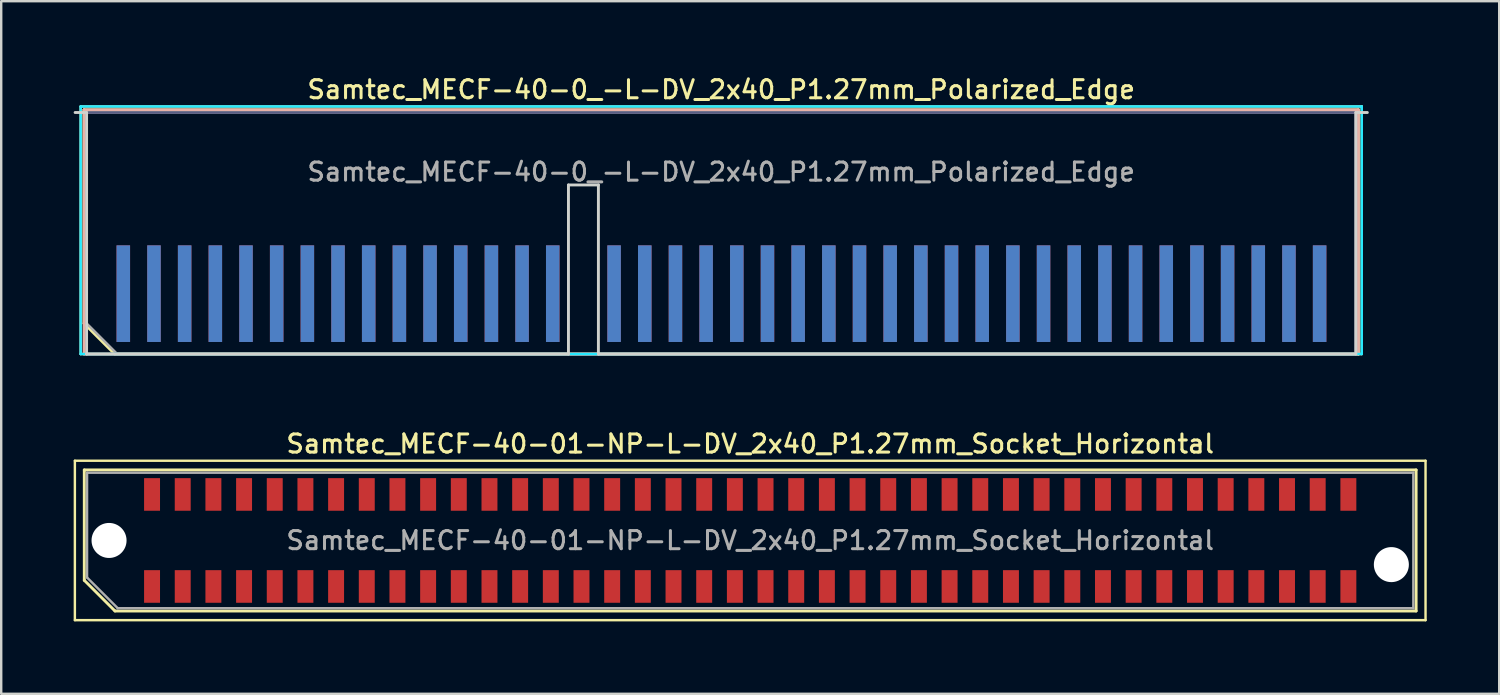
<source format=kicad_pcb>
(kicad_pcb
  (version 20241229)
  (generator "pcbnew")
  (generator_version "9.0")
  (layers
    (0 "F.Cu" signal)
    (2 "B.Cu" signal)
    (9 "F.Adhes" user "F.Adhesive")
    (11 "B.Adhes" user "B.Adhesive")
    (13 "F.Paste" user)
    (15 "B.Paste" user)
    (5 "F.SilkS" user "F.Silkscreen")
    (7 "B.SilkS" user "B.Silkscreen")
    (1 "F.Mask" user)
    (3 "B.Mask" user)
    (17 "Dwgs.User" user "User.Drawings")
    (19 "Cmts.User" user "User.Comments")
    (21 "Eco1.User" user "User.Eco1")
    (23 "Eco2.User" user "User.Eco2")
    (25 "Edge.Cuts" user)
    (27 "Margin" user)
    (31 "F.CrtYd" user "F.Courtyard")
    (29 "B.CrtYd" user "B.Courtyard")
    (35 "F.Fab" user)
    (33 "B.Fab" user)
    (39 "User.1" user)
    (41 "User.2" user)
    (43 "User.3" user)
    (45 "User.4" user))
  (footprint "Samtec_MECF-40-0_-L-DV_2x40_P1.27mm_Polarized_Edge"
    (layer "F.Cu")
    (at 26.81 6.608)
    (property "Reference" "Samtec_MECF-40-0_-L-DV_2x40_P1.27mm_Polarized_Edge" (at 0 -5.95 0) (layer "F.SilkS") (effects (font (size 0.75 0.75) (thickness 0.125))))
    (attr exclude_from_pos_files exclude_from_bom)
    (fp_line (start -26.52 -5.25) (end -26.52 5) (stroke (width 0.1) (type solid)) (layer "F.SilkS"))
    (fp_line (start -26.52 5) (end 26.52 5) (stroke (width 0.1) (type solid)) (layer "F.SilkS"))
    (fp_line (start -26.38 -5.11) (end 26.38 -5.11) (stroke (width 0.12) (type solid)) (layer "F.SilkS"))
    (fp_line (start -26.38 3.73) (end -26.38 -5.11) (stroke (width 0.12) (type solid)) (layer "F.SilkS"))
    (fp_line (start -25.11 5) (end -26.38 3.73) (stroke (width 0.12) (type solid)) (layer "F.SilkS"))
    (fp_line (start -25.11 5) (end 26.38 5) (stroke (width 0.12) (type solid)) (layer "F.SilkS"))
    (fp_line (start 26.38 5) (end 26.38 -5.11) (stroke (width 0.12) (type solid)) (layer "F.SilkS"))
    (fp_line (start 26.52 -5.25) (end -26.52 -5.25) (stroke (width 0.1) (type solid)) (layer "F.SilkS"))
    (fp_line (start 26.52 5) (end 26.52 -5.25) (stroke (width 0.1) (type solid)) (layer "F.SilkS"))
    (fp_line (start -26.38 -5.11) (end 26.38 -5.11) (stroke (width 0.12) (type solid)) (layer "B.SilkS"))
    (fp_line (start -26.38 5) (end -26.38 -5.11) (stroke (width 0.12) (type solid)) (layer "B.SilkS"))
    (fp_line (start -26.38 5) (end 26.38 5) (stroke (width 0.12) (type solid)) (layer "B.SilkS"))
    (fp_line (start 26.38 5) (end 26.38 -5.11) (stroke (width 0.12) (type solid)) (layer "B.SilkS"))
    (fp_line (start -26.75 -5) (end -26.275 -5) (stroke (width 0.12) (type solid)) (layer "Edge.Cuts"))
    (fp_line (start -26.275 5) (end -26.275 -5) (stroke (width 0.12) (type solid)) (layer "Edge.Cuts"))
    (fp_line (start -26.275 5) (end -6.325 5) (stroke (width 0.12) (type solid)) (layer "Edge.Cuts"))
    (fp_line (start -6.325 -2) (end -5.085 -2) (stroke (width 0.12) (type solid)) (layer "Edge.Cuts"))
    (fp_line (start -6.325 5) (end -6.325 -2) (stroke (width 0.12) (type solid)) (layer "Edge.Cuts"))
    (fp_line (start -5.085 5) (end -5.085 -2) (stroke (width 0.12) (type solid)) (layer "Edge.Cuts"))
    (fp_line (start -5.085 5) (end 26.275 5) (stroke (width 0.12) (type solid)) (layer "Edge.Cuts"))
    (fp_line (start 26.275 5) (end 26.275 -5) (stroke (width 0.12) (type solid)) (layer "Edge.Cuts"))
    (fp_line (start 26.75 -5) (end 26.275 -5) (stroke (width 0.12) (type solid)) (layer "Edge.Cuts"))
    (fp_line (start -26.52 -5.25) (end -26.52 5) (stroke (width 0.1) (type solid)) (layer "B.CrtYd"))
    (fp_line (start -26.52 5) (end 26.52 5) (stroke (width 0.1) (type solid)) (layer "B.CrtYd"))
    (fp_line (start 26.52 -5.25) (end -26.52 -5.25) (stroke (width 0.1) (type solid)) (layer "B.CrtYd"))
    (fp_line (start 26.52 5) (end 26.52 -5.25) (stroke (width 0.1) (type solid)) (layer "B.CrtYd"))
    (fp_line (start -26.275 -5) (end 26.275 -5) (stroke (width 0.1) (type solid)) (layer "B.Fab"))
    (fp_line (start -26.275 5) (end -26.275 -5) (stroke (width 0.1) (type solid)) (layer "B.Fab"))
    (fp_line (start -26.275 5) (end 26.275 5) (stroke (width 0.1) (type solid)) (layer "B.Fab"))
    (fp_line (start 26.275 5) (end 26.275 -5) (stroke (width 0.1) (type solid)) (layer "B.Fab"))
    (fp_line (start -26.275 -5) (end 26.275 -5) (stroke (width 0.1) (type solid)) (layer "F.Fab"))
    (fp_line (start -26.275 3.73) (end -26.275 -5) (stroke (width 0.1) (type solid)) (layer "F.Fab"))
    (fp_line (start -26.275 3.73) (end -25.005 5) (stroke (width 0.1) (type solid)) (layer "F.Fab"))
    (fp_line (start -25.005 5) (end 26.275 5) (stroke (width 0.1) (type solid)) (layer "F.Fab"))
    (fp_line (start 26.275 5) (end 26.275 -5) (stroke (width 0.1) (type solid)) (layer "F.Fab"))
    (fp_text user "${REFERENCE}" (at 0 -2.54 0) (layer "F.Fab") (effects (font (size 0.75 0.75) (thickness 0.125))))
    (pad "1" connect rect (at -24.755 2.5) (size 0.56 4) (layers "F.Cu" "F.Mask"))
    (pad "2" connect rect (at -24.755 2.5) (size 0.56 4) (layers "B.Cu" "B.Mask"))
    (pad "3" connect rect (at -23.485 2.5) (size 0.56 4) (layers "F.Cu" "F.Mask"))
    (pad "4" connect rect (at -23.485 2.5) (size 0.56 4) (layers "B.Cu" "B.Mask"))
    (pad "5" connect rect (at -22.215 2.5) (size 0.56 4) (layers "F.Cu" "F.Mask"))
    (pad "6" connect rect (at -22.215 2.5) (size 0.56 4) (layers "B.Cu" "B.Mask"))
    (pad "7" connect rect (at -20.945 2.5) (size 0.56 4) (layers "F.Cu" "F.Mask"))
    (pad "8" connect rect (at -20.945 2.5) (size 0.56 4) (layers "B.Cu" "B.Mask"))
    (pad "9" connect rect (at -19.675 2.5) (size 0.56 4) (layers "F.Cu" "F.Mask"))
    (pad "10" connect rect (at -19.675 2.5) (size 0.56 4) (layers "B.Cu" "B.Mask"))
    (pad "11" connect rect (at -18.405 2.5) (size 0.56 4) (layers "F.Cu" "F.Mask"))
    (pad "12" connect rect (at -18.405 2.5) (size 0.56 4) (layers "B.Cu" "B.Mask"))
    (pad "13" connect rect (at -17.135 2.5) (size 0.56 4) (layers "F.Cu" "F.Mask"))
    (pad "14" connect rect (at -17.135 2.5) (size 0.56 4) (layers "B.Cu" "B.Mask"))
    (pad "15" connect rect (at -15.865 2.5) (size 0.56 4) (layers "F.Cu" "F.Mask"))
    (pad "16" connect rect (at -15.865 2.5) (size 0.56 4) (layers "B.Cu" "B.Mask"))
    (pad "17" connect rect (at -14.595 2.5) (size 0.56 4) (layers "F.Cu" "F.Mask"))
    (pad "18" connect rect (at -14.595 2.5) (size 0.56 4) (layers "B.Cu" "B.Mask"))
    (pad "19" connect rect (at -13.325 2.5) (size 0.56 4) (layers "F.Cu" "F.Mask"))
    (pad "20" connect rect (at -13.325 2.5) (size 0.56 4) (layers "B.Cu" "B.Mask"))
    (pad "21" connect rect (at -12.055 2.5) (size 0.56 4) (layers "F.Cu" "F.Mask"))
    (pad "22" connect rect (at -12.055 2.5) (size 0.56 4) (layers "B.Cu" "B.Mask"))
    (pad "23" connect rect (at -10.785 2.5) (size 0.56 4) (layers "F.Cu" "F.Mask"))
    (pad "24" connect rect (at -10.785 2.5) (size 0.56 4) (layers "B.Cu" "B.Mask"))
    (pad "25" connect rect (at -9.515 2.5) (size 0.56 4) (layers "F.Cu" "F.Mask"))
    (pad "26" connect rect (at -9.515 2.5) (size 0.56 4) (layers "B.Cu" "B.Mask"))
    (pad "27" connect rect (at -8.245 2.5) (size 0.56 4) (layers "F.Cu" "F.Mask"))
    (pad "28" connect rect (at -8.245 2.5) (size 0.56 4) (layers "B.Cu" "B.Mask"))
    (pad "29" connect rect (at -6.975 2.5) (size 0.56 4) (layers "F.Cu" "F.Mask"))
    (pad "30" connect rect (at -6.975 2.5) (size 0.56 4) (layers "B.Cu" "B.Mask"))
    (pad "33" connect rect (at -4.435 2.5) (size 0.56 4) (layers "F.Cu" "F.Mask"))
    (pad "34" connect rect (at -4.435 2.5) (size 0.56 4) (layers "B.Cu" "B.Mask"))
    (pad "35" connect rect (at -3.165 2.5) (size 0.56 4) (layers "F.Cu" "F.Mask"))
    (pad "36" connect rect (at -3.165 2.5) (size 0.56 4) (layers "B.Cu" "B.Mask"))
    (pad "37" connect rect (at -1.895 2.5) (size 0.56 4) (layers "F.Cu" "F.Mask"))
    (pad "38" connect rect (at -1.895 2.5) (size 0.56 4) (layers "B.Cu" "B.Mask"))
    (pad "39" connect rect (at -0.625 2.5) (size 0.56 4) (layers "F.Cu" "F.Mask"))
    (pad "40" connect rect (at -0.625 2.5) (size 0.56 4) (layers "B.Cu" "B.Mask"))
    (pad "41" connect rect (at 0.645 2.5) (size 0.56 4) (layers "F.Cu" "F.Mask"))
    (pad "42" connect rect (at 0.645 2.5) (size 0.56 4) (layers "B.Cu" "B.Mask"))
    (pad "43" connect rect (at 1.915 2.5) (size 0.56 4) (layers "F.Cu" "F.Mask"))
    (pad "44" connect rect (at 1.915 2.5) (size 0.56 4) (layers "B.Cu" "B.Mask"))
    (pad "45" connect rect (at 3.185 2.5) (size 0.56 4) (layers "F.Cu" "F.Mask"))
    (pad "46" connect rect (at 3.185 2.5) (size 0.56 4) (layers "B.Cu" "B.Mask"))
    (pad "47" connect rect (at 4.455 2.5) (size 0.56 4) (layers "F.Cu" "F.Mask"))
    (pad "48" connect rect (at 4.455 2.5) (size 0.56 4) (layers "B.Cu" "B.Mask"))
    (pad "49" connect rect (at 5.725 2.5) (size 0.56 4) (layers "F.Cu" "F.Mask"))
    (pad "50" connect rect (at 5.725 2.5) (size 0.56 4) (layers "B.Cu" "B.Mask"))
    (pad "51" connect rect (at 6.995 2.5) (size 0.56 4) (layers "F.Cu" "F.Mask"))
    (pad "52" connect rect (at 6.995 2.5) (size 0.56 4) (layers "B.Cu" "B.Mask"))
    (pad "53" connect rect (at 8.265 2.5) (size 0.56 4) (layers "F.Cu" "F.Mask"))
    (pad "54" connect rect (at 8.265 2.5) (size 0.56 4) (layers "B.Cu" "B.Mask"))
    (pad "55" connect rect (at 9.535 2.5) (size 0.56 4) (layers "F.Cu" "F.Mask"))
    (pad "56" connect rect (at 9.535 2.5) (size 0.56 4) (layers "B.Cu" "B.Mask"))
    (pad "57" connect rect (at 10.805 2.5) (size 0.56 4) (layers "F.Cu" "F.Mask"))
    (pad "58" connect rect (at 10.805 2.5) (size 0.56 4) (layers "B.Cu" "B.Mask"))
    (pad "59" connect rect (at 12.075 2.5) (size 0.56 4) (layers "F.Cu" "F.Mask"))
    (pad "60" connect rect (at 12.075 2.5) (size 0.56 4) (layers "B.Cu" "B.Mask"))
    (pad "61" connect rect (at 13.345 2.5) (size 0.56 4) (layers "F.Cu" "F.Mask"))
    (pad "62" connect rect (at 13.345 2.5) (size 0.56 4) (layers "B.Cu" "B.Mask"))
    (pad "63" connect rect (at 14.615 2.5) (size 0.56 4) (layers "F.Cu" "F.Mask"))
    (pad "64" connect rect (at 14.615 2.5) (size 0.56 4) (layers "B.Cu" "B.Mask"))
    (pad "65" connect rect (at 15.885 2.5) (size 0.56 4) (layers "F.Cu" "F.Mask"))
    (pad "66" connect rect (at 15.885 2.5) (size 0.56 4) (layers "B.Cu" "B.Mask"))
    (pad "67" connect rect (at 17.155 2.5) (size 0.56 4) (layers "F.Cu" "F.Mask"))
    (pad "68" connect rect (at 17.155 2.5) (size 0.56 4) (layers "B.Cu" "B.Mask"))
    (pad "69" connect rect (at 18.425 2.5) (size 0.56 4) (layers "F.Cu" "F.Mask"))
    (pad "70" connect rect (at 18.425 2.5) (size 0.56 4) (layers "B.Cu" "B.Mask"))
    (pad "71" connect rect (at 19.695 2.5) (size 0.56 4) (layers "F.Cu" "F.Mask"))
    (pad "72" connect rect (at 19.695 2.5) (size 0.56 4) (layers "B.Cu" "B.Mask"))
    (pad "73" connect rect (at 20.965 2.5) (size 0.56 4) (layers "F.Cu" "F.Mask"))
    (pad "74" connect rect (at 20.965 2.5) (size 0.56 4) (layers "B.Cu" "B.Mask"))
    (pad "75" connect rect (at 22.235 2.5) (size 0.56 4) (layers "F.Cu" "F.Mask"))
    (pad "76" connect rect (at 22.235 2.5) (size 0.56 4) (layers "B.Cu" "B.Mask"))
    (pad "77" connect rect (at 23.505 2.5) (size 0.56 4) (layers "F.Cu" "F.Mask"))
    (pad "78" connect rect (at 23.505 2.5) (size 0.56 4) (layers "B.Cu" "B.Mask"))
    (pad "79" connect rect (at 24.775 2.5) (size 0.56 4) (layers "F.Cu" "F.Mask"))
    (pad "80" connect rect (at 24.775 2.5) (size 0.56 4) (layers "B.Cu" "B.Mask")))
  (footprint "Samtec_MECF-40-01-NP-L-DV_2x40_P1.27mm_Socket_Horizontal"
    (layer "F.Cu")
    (at 28.01 19.326)
    (property "Reference" "Samtec_MECF-40-01-NP-L-DV_2x40_P1.27mm_Socket_Horizontal" (at 0 -4 0) (layer "F.SilkS") (effects (font (size 0.75 0.75) (thickness 0.125))))
    (attr smd)
    (fp_line (start -27.96 -3.3) (end -27.96 3.3) (stroke (width 0.1) (type solid)) (layer "F.SilkS"))
    (fp_line (start -27.96 3.3) (end 27.96 3.3) (stroke (width 0.1) (type solid)) (layer "F.SilkS"))
    (fp_line (start -27.57 -2.92) (end 27.57 -2.92) (stroke (width 0.12) (type solid)) (layer "F.SilkS"))
    (fp_line (start -27.57 1.65) (end -27.57 -2.92) (stroke (width 0.12) (type solid)) (layer "F.SilkS"))
    (fp_line (start -26.3 2.92) (end -27.57 1.65) (stroke (width 0.12) (type solid)) (layer "F.SilkS"))
    (fp_line (start -26.3 2.92) (end 27.57 2.92) (stroke (width 0.12) (type solid)) (layer "F.SilkS"))
    (fp_line (start 27.57 2.92) (end 27.57 -2.92) (stroke (width 0.12) (type solid)) (layer "F.SilkS"))
    (fp_line (start 27.96 -3.3) (end -27.96 -3.3) (stroke (width 0.1) (type solid)) (layer "F.SilkS"))
    (fp_line (start 27.96 3.3) (end 27.96 -3.3) (stroke (width 0.1) (type solid)) (layer "F.SilkS"))
    (fp_line (start -27.455 -2.805) (end 27.455 -2.805) (stroke (width 0.1) (type solid)) (layer "F.Fab"))
    (fp_line (start -27.455 1.535) (end -27.455 -2.805) (stroke (width 0.1) (type solid)) (layer "F.Fab"))
    (fp_line (start -27.455 1.535) (end -26.185 2.805) (stroke (width 0.1) (type solid)) (layer "F.Fab"))
    (fp_line (start -26.185 2.805) (end 27.455 2.805) (stroke (width 0.1) (type solid)) (layer "F.Fab"))
    (fp_line (start 27.455 2.805) (end 27.455 -2.805) (stroke (width 0.1) (type solid)) (layer "F.Fab"))
    (fp_text user "${REFERENCE}" (at 0 0 0) (layer "F.Fab") (effects (font (size 0.75 0.75) (thickness 0.125))))
    (pad "" np_thru_hole circle (at -26.545 0) (size 1.45 1.45) (drill 1.45) (layers "*.Cu" "*.Mask"))
    (pad "" np_thru_hole circle (at 26.545 1) (size 1.45 1.45) (drill 1.45) (layers "*.Cu" "*.Mask"))
    (pad "1" smd rect (at -24.765 1.905) (size 0.66 1.35) (layers "F.Cu" "F.Mask" "F.Paste"))
    (pad "2" smd rect (at -24.765 -1.905) (size 0.66 1.35) (layers "F.Cu" "F.Mask" "F.Paste"))
    (pad "3" smd rect (at -23.495 1.905) (size 0.66 1.35) (layers "F.Cu" "F.Mask" "F.Paste"))
    (pad "4" smd rect (at -23.495 -1.905) (size 0.66 1.35) (layers "F.Cu" "F.Mask" "F.Paste"))
    (pad "5" smd rect (at -22.225 1.905) (size 0.66 1.35) (layers "F.Cu" "F.Mask" "F.Paste"))
    (pad "6" smd rect (at -22.225 -1.905) (size 0.66 1.35) (layers "F.Cu" "F.Mask" "F.Paste"))
    (pad "7" smd rect (at -20.955 1.905) (size 0.66 1.35) (layers "F.Cu" "F.Mask" "F.Paste"))
    (pad "8" smd rect (at -20.955 -1.905) (size 0.66 1.35) (layers "F.Cu" "F.Mask" "F.Paste"))
    (pad "9" smd rect (at -19.685 1.905) (size 0.66 1.35) (layers "F.Cu" "F.Mask" "F.Paste"))
    (pad "10" smd rect (at -19.685 -1.905) (size 0.66 1.35) (layers "F.Cu" "F.Mask" "F.Paste"))
    (pad "11" smd rect (at -18.415 1.905) (size 0.66 1.35) (layers "F.Cu" "F.Mask" "F.Paste"))
    (pad "12" smd rect (at -18.415 -1.905) (size 0.66 1.35) (layers "F.Cu" "F.Mask" "F.Paste"))
    (pad "13" smd rect (at -17.145 1.905) (size 0.66 1.35) (layers "F.Cu" "F.Mask" "F.Paste"))
    (pad "14" smd rect (at -17.145 -1.905) (size 0.66 1.35) (layers "F.Cu" "F.Mask" "F.Paste"))
    (pad "15" smd rect (at -15.875 1.905) (size 0.66 1.35) (layers "F.Cu" "F.Mask" "F.Paste"))
    (pad "16" smd rect (at -15.875 -1.905) (size 0.66 1.35) (layers "F.Cu" "F.Mask" "F.Paste"))
    (pad "17" smd rect (at -14.605 1.905) (size 0.66 1.35) (layers "F.Cu" "F.Mask" "F.Paste"))
    (pad "18" smd rect (at -14.605 -1.905) (size 0.66 1.35) (layers "F.Cu" "F.Mask" "F.Paste"))
    (pad "19" smd rect (at -13.335 1.905) (size 0.66 1.35) (layers "F.Cu" "F.Mask" "F.Paste"))
    (pad "20" smd rect (at -13.335 -1.905) (size 0.66 1.35) (layers "F.Cu" "F.Mask" "F.Paste"))
    (pad "21" smd rect (at -12.065 1.905) (size 0.66 1.35) (layers "F.Cu" "F.Mask" "F.Paste"))
    (pad "22" smd rect (at -12.065 -1.905) (size 0.66 1.35) (layers "F.Cu" "F.Mask" "F.Paste"))
    (pad "23" smd rect (at -10.795 1.905) (size 0.66 1.35) (layers "F.Cu" "F.Mask" "F.Paste"))
    (pad "24" smd rect (at -10.795 -1.905) (size 0.66 1.35) (layers "F.Cu" "F.Mask" "F.Paste"))
    (pad "25" smd rect (at -9.525 1.905) (size 0.66 1.35) (layers "F.Cu" "F.Mask" "F.Paste"))
    (pad "26" smd rect (at -9.525 -1.905) (size 0.66 1.35) (layers "F.Cu" "F.Mask" "F.Paste"))
    (pad "27" smd rect (at -8.255 1.905) (size 0.66 1.35) (layers "F.Cu" "F.Mask" "F.Paste"))
    (pad "28" smd rect (at -8.255 -1.905) (size 0.66 1.35) (layers "F.Cu" "F.Mask" "F.Paste"))
    (pad "29" smd rect (at -6.985 1.905) (size 0.66 1.35) (layers "F.Cu" "F.Mask" "F.Paste"))
    (pad "30" smd rect (at -6.985 -1.905) (size 0.66 1.35) (layers "F.Cu" "F.Mask" "F.Paste"))
    (pad "31" smd rect (at -5.715 1.905) (size 0.66 1.35) (layers "F.Cu" "F.Mask" "F.Paste"))
    (pad "32" smd rect (at -5.715 -1.905) (size 0.66 1.35) (layers "F.Cu" "F.Mask" "F.Paste"))
    (pad "33" smd rect (at -4.445 1.905) (size 0.66 1.35) (layers "F.Cu" "F.Mask" "F.Paste"))
    (pad "34" smd rect (at -4.445 -1.905) (size 0.66 1.35) (layers "F.Cu" "F.Mask" "F.Paste"))
    (pad "35" smd rect (at -3.175 1.905) (size 0.66 1.35) (layers "F.Cu" "F.Mask" "F.Paste"))
    (pad "36" smd rect (at -3.175 -1.905) (size 0.66 1.35) (layers "F.Cu" "F.Mask" "F.Paste"))
    (pad "37" smd rect (at -1.905 1.905) (size 0.66 1.35) (layers "F.Cu" "F.Mask" "F.Paste"))
    (pad "38" smd rect (at -1.905 -1.905) (size 0.66 1.35) (layers "F.Cu" "F.Mask" "F.Paste"))
    (pad "39" smd rect (at -0.635 1.905) (size 0.66 1.35) (layers "F.Cu" "F.Mask" "F.Paste"))
    (pad "40" smd rect (at -0.635 -1.905) (size 0.66 1.35) (layers "F.Cu" "F.Mask" "F.Paste"))
    (pad "41" smd rect (at 0.635 1.905) (size 0.66 1.35) (layers "F.Cu" "F.Mask" "F.Paste"))
    (pad "42" smd rect (at 0.635 -1.905) (size 0.66 1.35) (layers "F.Cu" "F.Mask" "F.Paste"))
    (pad "43" smd rect (at 1.905 1.905) (size 0.66 1.35) (layers "F.Cu" "F.Mask" "F.Paste"))
    (pad "44" smd rect (at 1.905 -1.905) (size 0.66 1.35) (layers "F.Cu" "F.Mask" "F.Paste"))
    (pad "45" smd rect (at 3.175 1.905) (size 0.66 1.35) (layers "F.Cu" "F.Mask" "F.Paste"))
    (pad "46" smd rect (at 3.175 -1.905) (size 0.66 1.35) (layers "F.Cu" "F.Mask" "F.Paste"))
    (pad "47" smd rect (at 4.445 1.905) (size 0.66 1.35) (layers "F.Cu" "F.Mask" "F.Paste"))
    (pad "48" smd rect (at 4.445 -1.905) (size 0.66 1.35) (layers "F.Cu" "F.Mask" "F.Paste"))
    (pad "49" smd rect (at 5.715 1.905) (size 0.66 1.35) (layers "F.Cu" "F.Mask" "F.Paste"))
    (pad "50" smd rect (at 5.715 -1.905) (size 0.66 1.35) (layers "F.Cu" "F.Mask" "F.Paste"))
    (pad "51" smd rect (at 6.985 1.905) (size 0.66 1.35) (layers "F.Cu" "F.Mask" "F.Paste"))
    (pad "52" smd rect (at 6.985 -1.905) (size 0.66 1.35) (layers "F.Cu" "F.Mask" "F.Paste"))
    (pad "53" smd rect (at 8.255 1.905) (size 0.66 1.35) (layers "F.Cu" "F.Mask" "F.Paste"))
    (pad "54" smd rect (at 8.255 -1.905) (size 0.66 1.35) (layers "F.Cu" "F.Mask" "F.Paste"))
    (pad "55" smd rect (at 9.525 1.905) (size 0.66 1.35) (layers "F.Cu" "F.Mask" "F.Paste"))
    (pad "56" smd rect (at 9.525 -1.905) (size 0.66 1.35) (layers "F.Cu" "F.Mask" "F.Paste"))
    (pad "57" smd rect (at 10.795 1.905) (size 0.66 1.35) (layers "F.Cu" "F.Mask" "F.Paste"))
    (pad "58" smd rect (at 10.795 -1.905) (size 0.66 1.35) (layers "F.Cu" "F.Mask" "F.Paste"))
    (pad "59" smd rect (at 12.065 1.905) (size 0.66 1.35) (layers "F.Cu" "F.Mask" "F.Paste"))
    (pad "60" smd rect (at 12.065 -1.905) (size 0.66 1.35) (layers "F.Cu" "F.Mask" "F.Paste"))
    (pad "61" smd rect (at 13.335 1.905) (size 0.66 1.35) (layers "F.Cu" "F.Mask" "F.Paste"))
    (pad "62" smd rect (at 13.335 -1.905) (size 0.66 1.35) (layers "F.Cu" "F.Mask" "F.Paste"))
    (pad "63" smd rect (at 14.605 1.905) (size 0.66 1.35) (layers "F.Cu" "F.Mask" "F.Paste"))
    (pad "64" smd rect (at 14.605 -1.905) (size 0.66 1.35) (layers "F.Cu" "F.Mask" "F.Paste"))
    (pad "65" smd rect (at 15.875 1.905) (size 0.66 1.35) (layers "F.Cu" "F.Mask" "F.Paste"))
    (pad "66" smd rect (at 15.875 -1.905) (size 0.66 1.35) (layers "F.Cu" "F.Mask" "F.Paste"))
    (pad "67" smd rect (at 17.145 1.905) (size 0.66 1.35) (layers "F.Cu" "F.Mask" "F.Paste"))
    (pad "68" smd rect (at 17.145 -1.905) (size 0.66 1.35) (layers "F.Cu" "F.Mask" "F.Paste"))
    (pad "69" smd rect (at 18.415 1.905) (size 0.66 1.35) (layers "F.Cu" "F.Mask" "F.Paste"))
    (pad "70" smd rect (at 18.415 -1.905) (size 0.66 1.35) (layers "F.Cu" "F.Mask" "F.Paste"))
    (pad "71" smd rect (at 19.685 1.905) (size 0.66 1.35) (layers "F.Cu" "F.Mask" "F.Paste"))
    (pad "72" smd rect (at 19.685 -1.905) (size 0.66 1.35) (layers "F.Cu" "F.Mask" "F.Paste"))
    (pad "73" smd rect (at 20.955 1.905) (size 0.66 1.35) (layers "F.Cu" "F.Mask" "F.Paste"))
    (pad "74" smd rect (at 20.955 -1.905) (size 0.66 1.35) (layers "F.Cu" "F.Mask" "F.Paste"))
    (pad "75" smd rect (at 22.225 1.905) (size 0.66 1.35) (layers "F.Cu" "F.Mask" "F.Paste"))
    (pad "76" smd rect (at 22.225 -1.905) (size 0.66 1.35) (layers "F.Cu" "F.Mask" "F.Paste"))
    (pad "77" smd rect (at 23.495 1.905) (size 0.66 1.35) (layers "F.Cu" "F.Mask" "F.Paste"))
    (pad "78" smd rect (at 23.495 -1.905) (size 0.66 1.35) (layers "F.Cu" "F.Mask" "F.Paste"))
    (pad "79" smd rect (at 24.765 1.905) (size 0.66 1.35) (layers "F.Cu" "F.Mask" "F.Paste"))
    (pad "80" smd rect (at 24.765 -1.905) (size 0.66 1.35) (layers "F.Cu" "F.Mask" "F.Paste")))
  (gr_rect
    (start -3 -3)
    (end 59.02 25.676)
    (stroke (width 0.1) (type default))
    (fill no)
    (layer "Edge.Cuts")))
</source>
